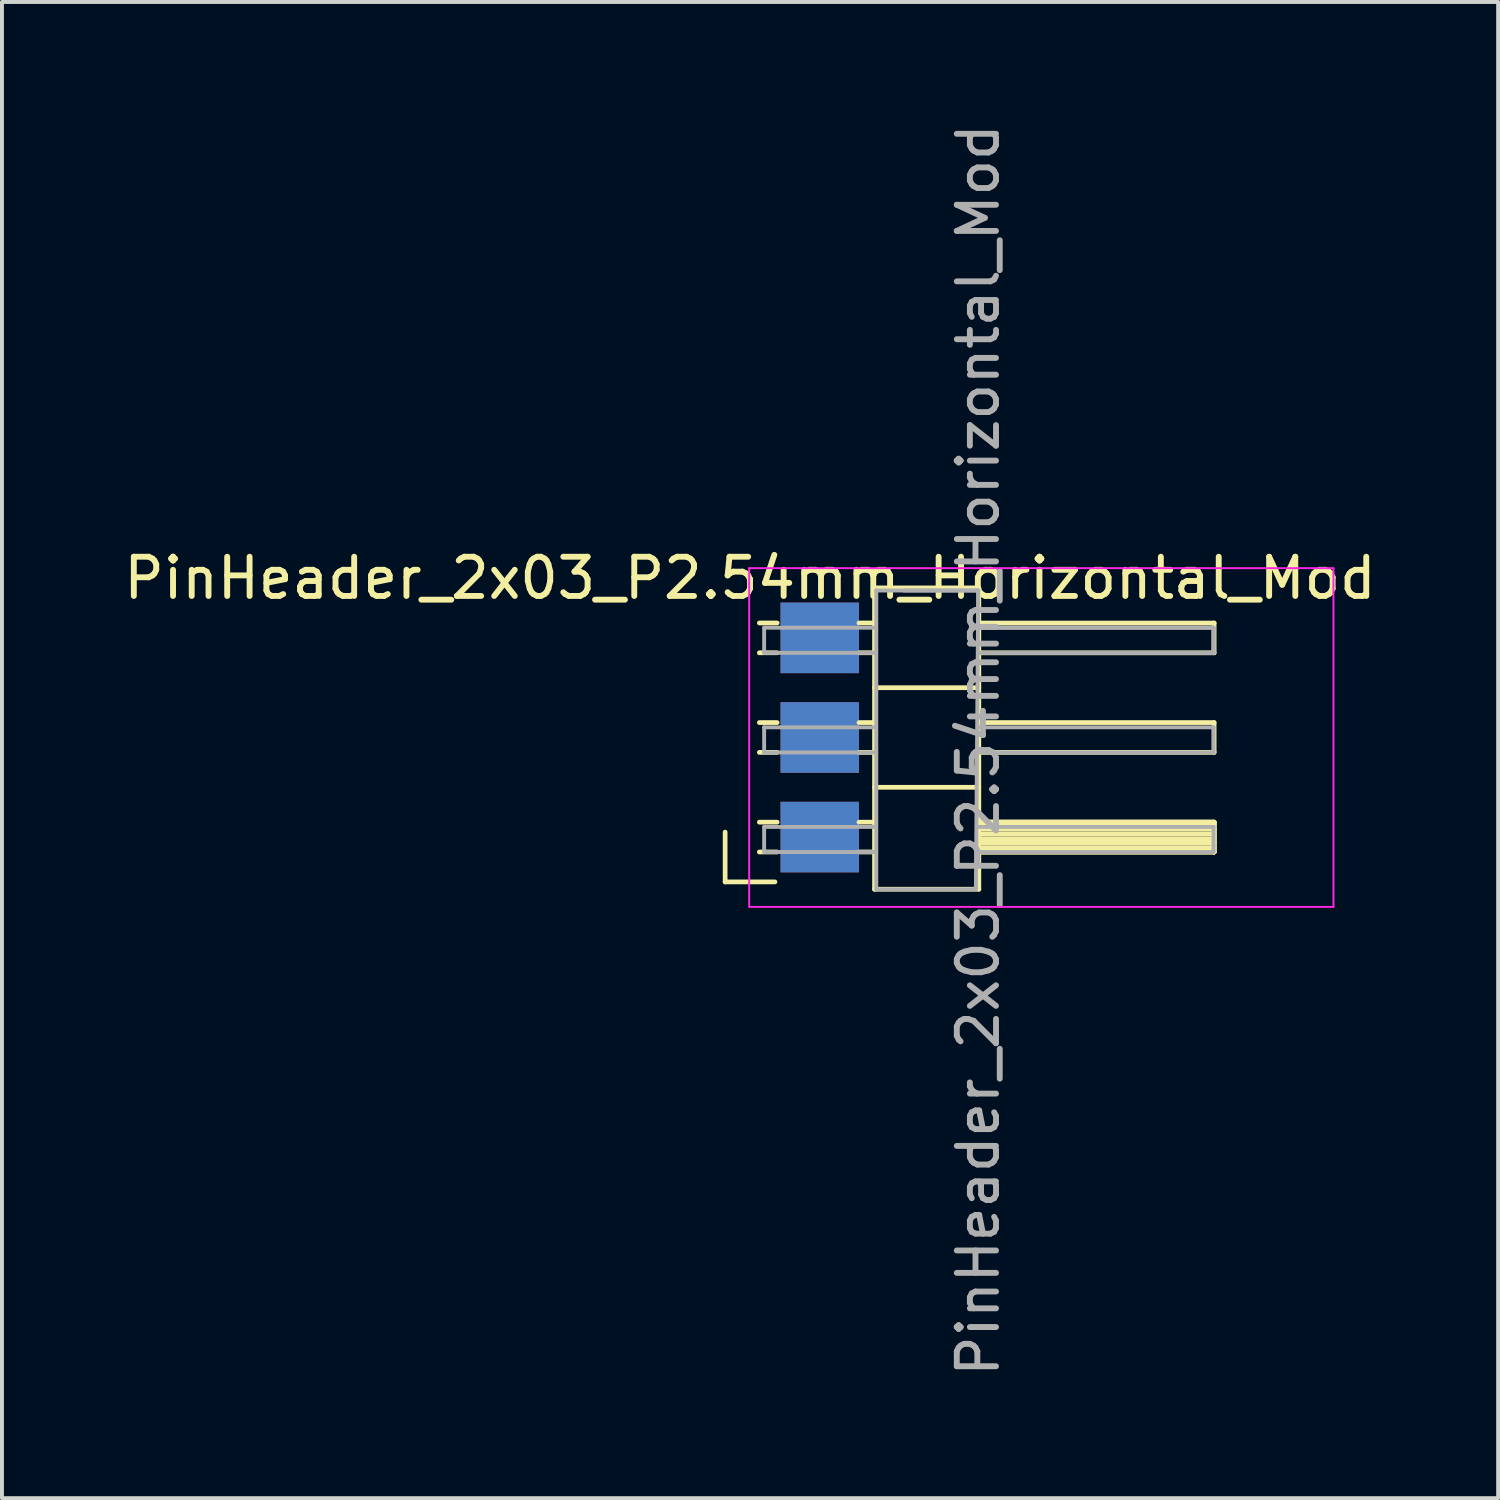
<source format=kicad_pcb>
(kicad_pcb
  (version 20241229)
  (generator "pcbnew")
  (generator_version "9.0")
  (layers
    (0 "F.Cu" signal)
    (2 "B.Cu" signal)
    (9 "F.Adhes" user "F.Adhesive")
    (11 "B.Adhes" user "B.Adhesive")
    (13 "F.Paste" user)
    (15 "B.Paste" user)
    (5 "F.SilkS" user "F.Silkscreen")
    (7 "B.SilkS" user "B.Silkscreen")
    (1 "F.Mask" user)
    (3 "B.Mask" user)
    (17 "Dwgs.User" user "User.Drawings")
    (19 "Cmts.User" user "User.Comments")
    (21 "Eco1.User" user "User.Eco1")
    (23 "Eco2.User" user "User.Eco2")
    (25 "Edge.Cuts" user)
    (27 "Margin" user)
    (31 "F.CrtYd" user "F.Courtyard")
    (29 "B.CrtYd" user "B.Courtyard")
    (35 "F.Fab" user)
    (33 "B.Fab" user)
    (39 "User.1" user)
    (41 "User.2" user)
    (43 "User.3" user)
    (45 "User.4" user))
  (footprint "PinHeader_2x03_P2.54mm_Horizontal_Mod"
    (layer "F.Cu")
    (at 17.855 10.677)
    (property "Reference" "PinHeader_2x03_P2.54mm_Horizontal_Mod" (at -1.778 1.016 180) (layer "F.SilkS") (effects (font (size 1 1) (thickness 0.15))))
    (attr through_hole)
    (fp_line (start -2.413 8.763) (end -2.413 7.493) (stroke (width 0.12) (type solid)) (layer "F.SilkS"))
    (fp_line (start -1.54 2.16) (end -1.086 2.16) (stroke (width 0.12) (type solid)) (layer "F.SilkS"))
    (fp_line (start -1.54 2.92) (end -1.086 2.92) (stroke (width 0.12) (type solid)) (layer "F.SilkS"))
    (fp_line (start -1.54 4.7) (end -1.086 4.7) (stroke (width 0.12) (type solid)) (layer "F.SilkS"))
    (fp_line (start -1.54 5.46) (end -1.086 5.46) (stroke (width 0.12) (type solid)) (layer "F.SilkS"))
    (fp_line (start -1.54 7.24) (end -1.086 7.24) (stroke (width 0.12) (type solid)) (layer "F.SilkS"))
    (fp_line (start -1.54 8) (end -1.086 8) (stroke (width 0.12) (type solid)) (layer "F.SilkS"))
    (fp_line (start -1.143 8.763) (end -2.413 8.763) (stroke (width 0.12) (type solid)) (layer "F.SilkS"))
    (fp_line (start 1 2.16) (end 1.397 2.16) (stroke (width 0.12) (type solid)) (layer "F.SilkS"))
    (fp_line (start 1 2.92) (end 1.397 2.92) (stroke (width 0.12) (type solid)) (layer "F.SilkS"))
    (fp_line (start 1 4.7) (end 1.397 4.7) (stroke (width 0.12) (type solid)) (layer "F.SilkS"))
    (fp_line (start 1 5.46) (end 1.397 5.46) (stroke (width 0.12) (type solid)) (layer "F.SilkS"))
    (fp_line (start 1 7.24) (end 1.397 7.24) (stroke (width 0.12) (type solid)) (layer "F.SilkS"))
    (fp_line (start 1 8) (end 1.397 8) (stroke (width 0.12) (type solid)) (layer "F.SilkS"))
    (fp_line (start 1.397 1.27) (end 1.397 8.95) (stroke (width 0.12) (type solid)) (layer "F.SilkS"))
    (fp_line (start 1.397 1.27) (end 4.057 1.27) (stroke (width 0.12) (type solid)) (layer "F.SilkS"))
    (fp_line (start 1.397 3.81) (end 4.057 3.81) (stroke (width 0.12) (type solid)) (layer "F.SilkS"))
    (fp_line (start 1.397 6.35) (end 4.057 6.35) (stroke (width 0.12) (type solid)) (layer "F.SilkS"))
    (fp_line (start 1.397 8.95) (end 4.057 8.95) (stroke (width 0.12) (type solid)) (layer "F.SilkS"))
    (fp_line (start 4.057 1.27) (end 1.397 1.27) (stroke (width 0.12) (type solid)) (layer "F.SilkS"))
    (fp_line (start 4.057 2.161) (end 10.057 2.161) (stroke (width 0.12) (type solid)) (layer "F.SilkS"))
    (fp_line (start 4.057 4.7) (end 10.057 4.7) (stroke (width 0.12) (type solid)) (layer "F.SilkS"))
    (fp_line (start 4.057 7.24) (end 10.057 7.24) (stroke (width 0.12) (type solid)) (layer "F.SilkS"))
    (fp_line (start 4.057 7.24) (end 10.057 7.24) (stroke (width 0.12) (type solid)) (layer "F.SilkS"))
    (fp_line (start 4.057 7.24) (end 10.057 7.24) (stroke (width 0.12) (type solid)) (layer "F.SilkS"))
    (fp_line (start 4.057 7.3) (end 10.057 7.3) (stroke (width 0.12) (type solid)) (layer "F.SilkS"))
    (fp_line (start 4.057 7.42) (end 10.057 7.42) (stroke (width 0.12) (type solid)) (layer "F.SilkS"))
    (fp_line (start 4.057 7.54) (end 10.057 7.54) (stroke (width 0.12) (type solid)) (layer "F.SilkS"))
    (fp_line (start 4.057 7.66) (end 10.057 7.66) (stroke (width 0.12) (type solid)) (layer "F.SilkS"))
    (fp_line (start 4.057 7.78) (end 10.057 7.78) (stroke (width 0.12) (type solid)) (layer "F.SilkS"))
    (fp_line (start 4.057 7.9) (end 10.057 7.9) (stroke (width 0.12) (type solid)) (layer "F.SilkS"))
    (fp_line (start 4.057 8.95) (end 4.057 1.27) (stroke (width 0.12) (type solid)) (layer "F.SilkS"))
    (fp_line (start 10.057 2.161) (end 10.057 2.921) (stroke (width 0.12) (type solid)) (layer "F.SilkS"))
    (fp_line (start 10.057 2.921) (end 4.057 2.921) (stroke (width 0.12) (type solid)) (layer "F.SilkS"))
    (fp_line (start 10.057 4.7) (end 10.057 5.46) (stroke (width 0.12) (type solid)) (layer "F.SilkS"))
    (fp_line (start 10.057 5.46) (end 4.057 5.46) (stroke (width 0.12) (type solid)) (layer "F.SilkS"))
    (fp_line (start 10.057 7.24) (end 10.057 8) (stroke (width 0.12) (type solid)) (layer "F.SilkS"))
    (fp_line (start 10.057 7.24) (end 10.057 8) (stroke (width 0.12) (type solid)) (layer "F.SilkS"))
    (fp_line (start 10.057 7.24) (end 10.057 8) (stroke (width 0.12) (type solid)) (layer "F.SilkS"))
    (fp_line (start 10.057 8) (end 4.057 8) (stroke (width 0.12) (type solid)) (layer "F.SilkS"))
    (fp_line (start 10.057 8) (end 4.057 8) (stroke (width 0.12) (type solid)) (layer "F.SilkS"))
    (fp_line (start 10.057 8) (end 4.057 8) (stroke (width 0.12) (type solid)) (layer "F.SilkS"))
    (fp_line (start -1.8 0.762) (end -1.8 9.4) (stroke (width 0.05) (type solid)) (layer "F.CrtYd"))
    (fp_line (start -1.8 9.4) (end 13.1 9.4) (stroke (width 0.05) (type solid)) (layer "F.CrtYd"))
    (fp_line (start 13.1 0.762) (end -1.8 0.762) (stroke (width 0.05) (type solid)) (layer "F.CrtYd"))
    (fp_line (start 13.1 9.4) (end 13.1 0.762) (stroke (width 0.05) (type solid)) (layer "F.CrtYd"))
    (fp_line (start -1.418 2.281) (end -1.418 2.921) (stroke (width 0.1) (type solid)) (layer "F.Fab"))
    (fp_line (start -1.418 2.281) (end 1.397 2.281) (stroke (width 0.1) (type solid)) (layer "F.Fab"))
    (fp_line (start -1.418 2.921) (end 1.397 2.921) (stroke (width 0.1) (type solid)) (layer "F.Fab"))
    (fp_line (start -1.418 4.821) (end -1.418 5.461) (stroke (width 0.1) (type solid)) (layer "F.Fab"))
    (fp_line (start -1.418 4.821) (end 1.397 4.821) (stroke (width 0.1) (type solid)) (layer "F.Fab"))
    (fp_line (start -1.418 5.461) (end 1.397 5.461) (stroke (width 0.1) (type solid)) (layer "F.Fab"))
    (fp_line (start -1.418 7.361) (end -1.418 8.001) (stroke (width 0.1) (type solid)) (layer "F.Fab"))
    (fp_line (start -1.418 7.361) (end 1.397 7.361) (stroke (width 0.1) (type solid)) (layer "F.Fab"))
    (fp_line (start -1.418 8.001) (end 1.397 8.001) (stroke (width 0.1) (type solid)) (layer "F.Fab"))
    (fp_line (start 1.442 1.331) (end 1.442 8.951) (stroke (width 0.1) (type default)) (layer "F.Fab"))
    (fp_line (start 1.442 8.951) (end 3.982 8.951) (stroke (width 0.1) (type default)) (layer "F.Fab"))
    (fp_line (start 2.137 1.331) (end 4.042 1.331) (stroke (width 0.1) (type solid)) (layer "F.Fab"))
    (fp_line (start 3.982 8.951) (end 4.042 1.331) (stroke (width 0.1) (type default)) (layer "F.Fab"))
    (fp_line (start 4.042 1.331) (end 1.442 1.331) (stroke (width 0.1) (type default)) (layer "F.Fab"))
    (fp_line (start 4.042 2.281) (end 10.042 2.281) (stroke (width 0.1) (type solid)) (layer "F.Fab"))
    (fp_line (start 4.042 2.281) (end 10.042 2.281) (stroke (width 0.1) (type solid)) (layer "F.Fab"))
    (fp_line (start 4.042 2.921) (end 10.042 2.921) (stroke (width 0.1) (type solid)) (layer "F.Fab"))
    (fp_line (start 4.042 2.921) (end 10.042 2.921) (stroke (width 0.1) (type solid)) (layer "F.Fab"))
    (fp_line (start 4.042 4.821) (end 10.042 4.821) (stroke (width 0.1) (type solid)) (layer "F.Fab"))
    (fp_line (start 4.042 5.461) (end 10.042 5.461) (stroke (width 0.1) (type solid)) (layer "F.Fab"))
    (fp_line (start 4.042 7.361) (end 10.042 7.361) (stroke (width 0.1) (type solid)) (layer "F.Fab"))
    (fp_line (start 4.042 8.001) (end 10.042 8.001) (stroke (width 0.1) (type solid)) (layer "F.Fab"))
    (fp_line (start 10.042 2.281) (end 10.042 2.921) (stroke (width 0.1) (type solid)) (layer "F.Fab"))
    (fp_line (start 10.042 2.281) (end 10.042 2.921) (stroke (width 0.1) (type solid)) (layer "F.Fab"))
    (fp_line (start 10.042 4.821) (end 10.042 5.461) (stroke (width 0.1) (type solid)) (layer "F.Fab"))
    (fp_line (start 10.042 7.361) (end 10.042 8.001) (stroke (width 0.1) (type solid)) (layer "F.Fab"))
    (fp_text user "${REFERENCE}" (at 4.04 5.4 270) (layer "F.Fab") (effects (font (size 1 1) (thickness 0.15))))
    (pad "1" smd rect (at 0 7.62) (size 2 1.8) (layers "F.Cu" "F.Mask" "F.Paste"))
    (pad "2" smd rect (at 0 7.62) (size 2 1.8) (layers "B.Cu" "B.Mask" "B.Paste"))
    (pad "3" smd rect (at 0 5.08) (size 2 1.8) (layers "F.Cu" "F.Mask" "F.Paste"))
    (pad "4" smd rect (at 0 5.08) (size 2 1.8) (layers "B.Cu" "B.Mask" "B.Paste"))
    (pad "5" smd rect (at 0 2.54) (size 2 1.8) (layers "F.Cu" "F.Mask" "F.Paste"))
    (pad "6" smd rect (at 0 2.54) (size 2 1.8) (layers "B.Cu" "B.Mask" "B.Paste")))
  (gr_rect
    (start -3 -3)
    (end 35.155 35.155)
    (stroke (width 0.1) (type default))
    (fill no)
    (layer "Edge.Cuts")))
</source>
